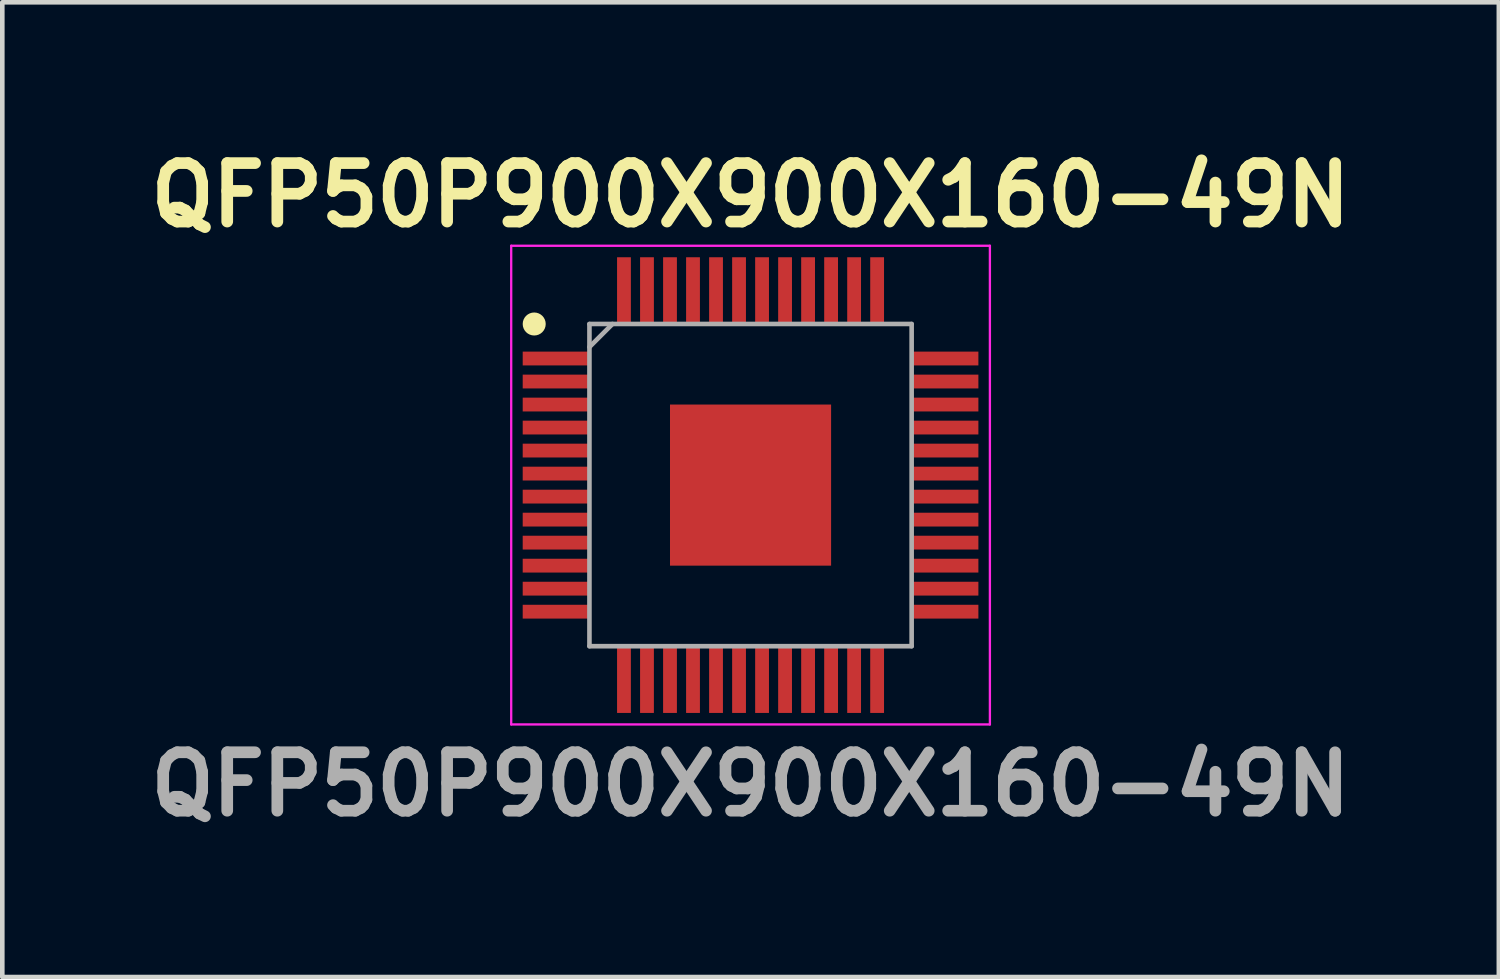
<source format=kicad_pcb>
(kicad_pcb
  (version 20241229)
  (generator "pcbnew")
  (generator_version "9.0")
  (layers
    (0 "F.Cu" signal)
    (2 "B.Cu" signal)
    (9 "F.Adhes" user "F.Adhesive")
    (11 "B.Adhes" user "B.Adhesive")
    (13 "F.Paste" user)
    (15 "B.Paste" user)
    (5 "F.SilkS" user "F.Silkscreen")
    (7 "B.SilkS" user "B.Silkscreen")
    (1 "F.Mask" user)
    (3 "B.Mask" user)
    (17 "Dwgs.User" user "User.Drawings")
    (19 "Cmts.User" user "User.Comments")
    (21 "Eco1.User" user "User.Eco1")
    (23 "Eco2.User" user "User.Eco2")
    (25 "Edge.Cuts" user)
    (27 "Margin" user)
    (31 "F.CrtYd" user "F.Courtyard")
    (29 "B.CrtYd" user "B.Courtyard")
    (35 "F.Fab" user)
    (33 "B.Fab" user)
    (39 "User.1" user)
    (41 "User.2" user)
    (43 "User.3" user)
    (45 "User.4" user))
  (footprint "QFP50P900X900X160-49N"
    (layer "F.Cu")
    (at 13.256 7.489)
    (property "Reference" "QFP50P900X900X160-49N" (at 0 -6.3 0) (layer "F.SilkS") (effects (font (size 1.27 1.27) (thickness 0.254))))
    (attr smd)
    (fp_circle (center -4.7 -3.5) (end -4.7 -3.375) (stroke (width 0.25) (type solid)) (fill no) (layer "F.SilkS"))
    (fp_line (start -5.2 -5.2) (end 5.2 -5.2) (stroke (width 0.05) (type solid)) (layer "F.CrtYd"))
    (fp_line (start -5.2 5.2) (end -5.2 -5.2) (stroke (width 0.05) (type solid)) (layer "F.CrtYd"))
    (fp_line (start 5.2 -5.2) (end 5.2 5.2) (stroke (width 0.05) (type solid)) (layer "F.CrtYd"))
    (fp_line (start 5.2 5.2) (end -5.2 5.2) (stroke (width 0.05) (type solid)) (layer "F.CrtYd"))
    (fp_line (start -3.5 -3.5) (end 3.5 -3.5) (stroke (width 0.1) (type solid)) (layer "F.Fab"))
    (fp_line (start -3.5 -3) (end -3 -3.5) (stroke (width 0.1) (type solid)) (layer "F.Fab"))
    (fp_line (start -3.5 3.5) (end -3.5 -3.5) (stroke (width 0.1) (type solid)) (layer "F.Fab"))
    (fp_line (start 3.5 -3.5) (end 3.5 3.5) (stroke (width 0.1) (type solid)) (layer "F.Fab"))
    (fp_line (start 3.5 3.5) (end -3.5 3.5) (stroke (width 0.1) (type solid)) (layer "F.Fab"))
    (fp_text user "${REFERENCE}" (at 0 6.5 0) (layer "F.Fab") (effects (font (size 1.27 1.27) (thickness 0.254))))
    (pad "1" smd rect (at -4.225 -2.75 90) (size 0.3 1.45) (layers "F.Cu" "F.Mask" "F.Paste"))
    (pad "2" smd rect (at -4.225 -2.25 90) (size 0.3 1.45) (layers "F.Cu" "F.Mask" "F.Paste"))
    (pad "3" smd rect (at -4.225 -1.75 90) (size 0.3 1.45) (layers "F.Cu" "F.Mask" "F.Paste"))
    (pad "4" smd rect (at -4.225 -1.25 90) (size 0.3 1.45) (layers "F.Cu" "F.Mask" "F.Paste"))
    (pad "5" smd rect (at -4.225 -0.75 90) (size 0.3 1.45) (layers "F.Cu" "F.Mask" "F.Paste"))
    (pad "6" smd rect (at -4.225 -0.25 90) (size 0.3 1.45) (layers "F.Cu" "F.Mask" "F.Paste"))
    (pad "7" smd rect (at -4.225 0.25 90) (size 0.3 1.45) (layers "F.Cu" "F.Mask" "F.Paste"))
    (pad "8" smd rect (at -4.225 0.75 90) (size 0.3 1.45) (layers "F.Cu" "F.Mask" "F.Paste"))
    (pad "9" smd rect (at -4.225 1.25 90) (size 0.3 1.45) (layers "F.Cu" "F.Mask" "F.Paste"))
    (pad "10" smd rect (at -4.225 1.75 90) (size 0.3 1.45) (layers "F.Cu" "F.Mask" "F.Paste"))
    (pad "11" smd rect (at -4.225 2.25 90) (size 0.3 1.45) (layers "F.Cu" "F.Mask" "F.Paste"))
    (pad "12" smd rect (at -4.225 2.75 90) (size 0.3 1.45) (layers "F.Cu" "F.Mask" "F.Paste"))
    (pad "13" smd rect (at -2.75 4.225) (size 0.3 1.45) (layers "F.Cu" "F.Mask" "F.Paste"))
    (pad "14" smd rect (at -2.25 4.225) (size 0.3 1.45) (layers "F.Cu" "F.Mask" "F.Paste"))
    (pad "15" smd rect (at -1.75 4.225) (size 0.3 1.45) (layers "F.Cu" "F.Mask" "F.Paste"))
    (pad "16" smd rect (at -1.25 4.225) (size 0.3 1.45) (layers "F.Cu" "F.Mask" "F.Paste"))
    (pad "17" smd rect (at -0.75 4.225) (size 0.3 1.45) (layers "F.Cu" "F.Mask" "F.Paste"))
    (pad "18" smd rect (at -0.25 4.225) (size 0.3 1.45) (layers "F.Cu" "F.Mask" "F.Paste"))
    (pad "19" smd rect (at 0.25 4.225) (size 0.3 1.45) (layers "F.Cu" "F.Mask" "F.Paste"))
    (pad "20" smd rect (at 0.75 4.225) (size 0.3 1.45) (layers "F.Cu" "F.Mask" "F.Paste"))
    (pad "21" smd rect (at 1.25 4.225) (size 0.3 1.45) (layers "F.Cu" "F.Mask" "F.Paste"))
    (pad "22" smd rect (at 1.75 4.225) (size 0.3 1.45) (layers "F.Cu" "F.Mask" "F.Paste"))
    (pad "23" smd rect (at 2.25 4.225) (size 0.3 1.45) (layers "F.Cu" "F.Mask" "F.Paste"))
    (pad "24" smd rect (at 2.75 4.225) (size 0.3 1.45) (layers "F.Cu" "F.Mask" "F.Paste"))
    (pad "25" smd rect (at 4.225 2.75 90) (size 0.3 1.45) (layers "F.Cu" "F.Mask" "F.Paste"))
    (pad "26" smd rect (at 4.225 2.25 90) (size 0.3 1.45) (layers "F.Cu" "F.Mask" "F.Paste"))
    (pad "27" smd rect (at 4.225 1.75 90) (size 0.3 1.45) (layers "F.Cu" "F.Mask" "F.Paste"))
    (pad "28" smd rect (at 4.225 1.25 90) (size 0.3 1.45) (layers "F.Cu" "F.Mask" "F.Paste"))
    (pad "29" smd rect (at 4.225 0.75 90) (size 0.3 1.45) (layers "F.Cu" "F.Mask" "F.Paste"))
    (pad "30" smd rect (at 4.225 0.25 90) (size 0.3 1.45) (layers "F.Cu" "F.Mask" "F.Paste"))
    (pad "31" smd rect (at 4.225 -0.25 90) (size 0.3 1.45) (layers "F.Cu" "F.Mask" "F.Paste"))
    (pad "32" smd rect (at 4.225 -0.75 90) (size 0.3 1.45) (layers "F.Cu" "F.Mask" "F.Paste"))
    (pad "33" smd rect (at 4.225 -1.25 90) (size 0.3 1.45) (layers "F.Cu" "F.Mask" "F.Paste"))
    (pad "34" smd rect (at 4.225 -1.75 90) (size 0.3 1.45) (layers "F.Cu" "F.Mask" "F.Paste"))
    (pad "35" smd rect (at 4.225 -2.25 90) (size 0.3 1.45) (layers "F.Cu" "F.Mask" "F.Paste"))
    (pad "36" smd rect (at 4.225 -2.75 90) (size 0.3 1.45) (layers "F.Cu" "F.Mask" "F.Paste"))
    (pad "37" smd rect (at 2.75 -4.225) (size 0.3 1.45) (layers "F.Cu" "F.Mask" "F.Paste"))
    (pad "38" smd rect (at 2.25 -4.225) (size 0.3 1.45) (layers "F.Cu" "F.Mask" "F.Paste"))
    (pad "39" smd rect (at 1.75 -4.225) (size 0.3 1.45) (layers "F.Cu" "F.Mask" "F.Paste"))
    (pad "40" smd rect (at 1.25 -4.225) (size 0.3 1.45) (layers "F.Cu" "F.Mask" "F.Paste"))
    (pad "41" smd rect (at 0.75 -4.225) (size 0.3 1.45) (layers "F.Cu" "F.Mask" "F.Paste"))
    (pad "42" smd rect (at 0.25 -4.225) (size 0.3 1.45) (layers "F.Cu" "F.Mask" "F.Paste"))
    (pad "43" smd rect (at -0.25 -4.225) (size 0.3 1.45) (layers "F.Cu" "F.Mask" "F.Paste"))
    (pad "44" smd rect (at -0.75 -4.225) (size 0.3 1.45) (layers "F.Cu" "F.Mask" "F.Paste"))
    (pad "45" smd rect (at -1.25 -4.225) (size 0.3 1.45) (layers "F.Cu" "F.Mask" "F.Paste"))
    (pad "46" smd rect (at -1.75 -4.225) (size 0.3 1.45) (layers "F.Cu" "F.Mask" "F.Paste"))
    (pad "47" smd rect (at -2.25 -4.225) (size 0.3 1.45) (layers "F.Cu" "F.Mask" "F.Paste"))
    (pad "48" smd rect (at -2.75 -4.225) (size 0.3 1.45) (layers "F.Cu" "F.Mask" "F.Paste"))
    (pad "49" smd rect (at 0 0) (size 3.5 3.5) (layers "F.Cu" "F.Mask" "F.Paste")))
  (gr_rect
    (start -3 -3)
    (end 29.513 18.177)
    (stroke (width 0.1) (type default))
    (fill no)
    (layer "Edge.Cuts")))
</source>
